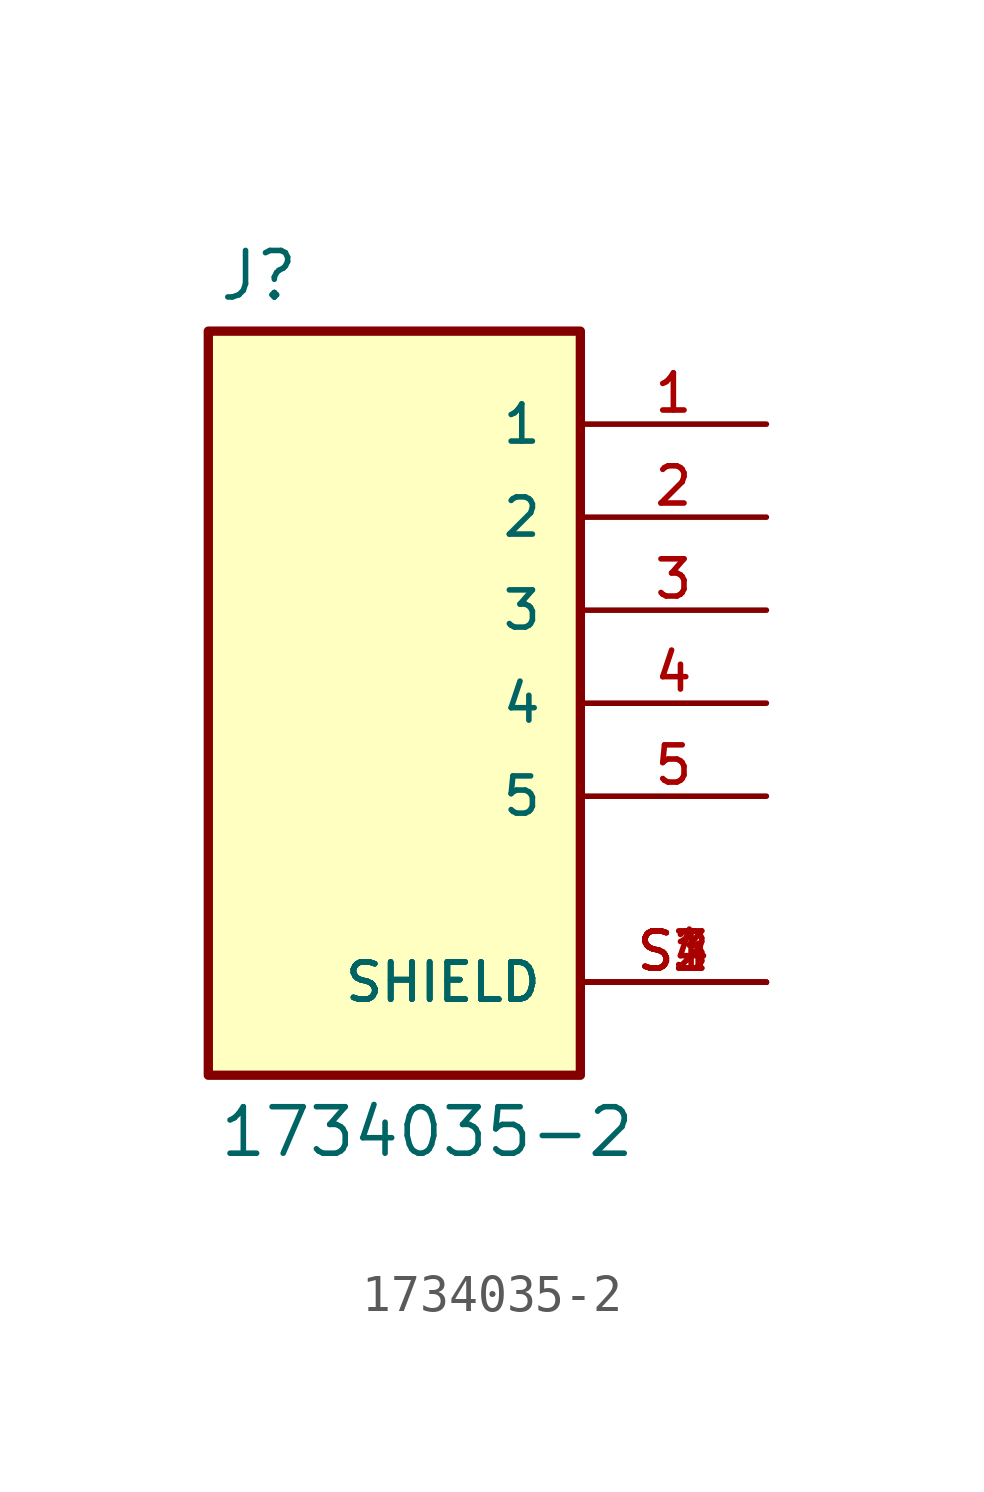
<source format=kicad_sym>
(kicad_symbol_lib
  (version 20211014)
  (generator kicad_symbol_editor)
  (symbol "1734035-2"
    (pin_names
      (offset 1.016))
    (property "Reference" "J"
      (at -4.829 10.93 0)
      (effects (font (size 1.27 1.27)) (justify bottom left)))
    (property "Value" "1734035-2"
      (at -4.829 -12.453 0)
      (effects (font (size 1.27 1.27)) (justify bottom left)))
    (symbol "1734035-2_0_0"
      (rectangle (start -5.08 -10.16) (end 5.08 10.16) (stroke (width 0.254)) (fill (type background)))
      (pin passive line (at 10.16 7.62 180.0) (length 5.08) (name "1" (effects (font (size 1.016 1.016)))) (number "1" (effects (font (size 1.016 1.016)))))
      (pin passive line (at 10.16 5.08 180.0) (length 5.08) (name "2" (effects (font (size 1.016 1.016)))) (number "2" (effects (font (size 1.016 1.016)))))
      (pin passive line (at 10.16 2.54 180.0) (length 5.08) (name "3" (effects (font (size 1.016 1.016)))) (number "3" (effects (font (size 1.016 1.016)))))
      (pin passive line (at 10.16 0.0 180.0) (length 5.08) (name "4" (effects (font (size 1.016 1.016)))) (number "4" (effects (font (size 1.016 1.016)))))
      (pin passive line (at 10.16 -2.54 180.0) (length 5.08) (name "5" (effects (font (size 1.016 1.016)))) (number "5" (effects (font (size 1.016 1.016)))))
      (pin passive line (at 10.16 -7.62 180.0) (length 5.08) (name "SHIELD" (effects (font (size 1.016 1.016)))) (number "S1" (effects (font (size 1.016 1.016)))))
      (pin passive line (at 10.16 -7.62 180.0) (length 5.08) (name "SHIELD" (effects (font (size 1.016 1.016)))) (number "S2" (effects (font (size 1.016 1.016)))))
      (pin passive line (at 10.16 -7.62 180.0) (length 5.08) (name "SHIELD" (effects (font (size 1.016 1.016)))) (number "S3" (effects (font (size 1.016 1.016)))))
      (pin passive line (at 10.16 -7.62 180.0) (length 5.08) (name "SHIELD" (effects (font (size 1.016 1.016)))) (number "S4" (effects (font (size 1.016 1.016))))))))
</source>
